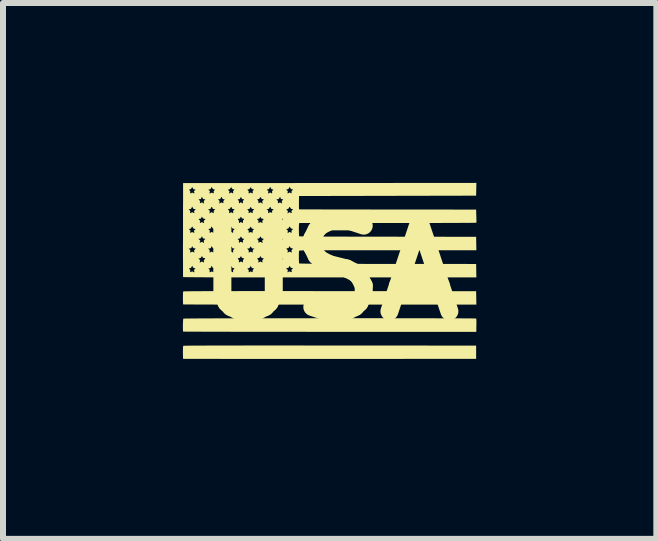
<source format=kicad_pcb>
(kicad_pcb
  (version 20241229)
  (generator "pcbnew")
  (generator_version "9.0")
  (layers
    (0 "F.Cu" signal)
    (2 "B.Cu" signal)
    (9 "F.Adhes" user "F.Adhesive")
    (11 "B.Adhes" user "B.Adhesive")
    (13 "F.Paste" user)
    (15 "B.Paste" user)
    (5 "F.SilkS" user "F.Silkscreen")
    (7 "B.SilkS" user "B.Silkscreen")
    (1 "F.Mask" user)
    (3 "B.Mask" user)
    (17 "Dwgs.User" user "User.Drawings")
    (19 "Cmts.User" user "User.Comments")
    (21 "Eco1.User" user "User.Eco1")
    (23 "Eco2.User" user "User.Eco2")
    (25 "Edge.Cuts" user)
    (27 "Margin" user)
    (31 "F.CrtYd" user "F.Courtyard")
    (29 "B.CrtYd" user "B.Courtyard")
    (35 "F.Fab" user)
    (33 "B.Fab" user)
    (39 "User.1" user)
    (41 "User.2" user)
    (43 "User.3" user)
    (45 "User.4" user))
  (footprint "USA"
    (layer "F.Cu")
    (at 2.444 1.463)
    (property "Reference" "USA" (at 0 0 0) (layer "F.SilkS") (effects (font (size 1.5 1.5) (thickness 0.3))))
    (attr board_only exclude_from_pos_files exclude_from_bom)
    (fp_poly (pts (xy -0.898 0.341) (xy -0.726 0.341) (xy -0.543 0.341) (xy -0.35 0.341) (xy -0.145 0.342) (xy 0.009 0.342) (xy 2.446 0.343) (xy 2.448 0.455) (xy 2.45 0.567) (xy 0.007 0.567) (xy -0.159 0.567) (xy -0.322 0.567) (xy -0.482 0.567) (xy -0.638 0.567) (xy -0.79 0.567) (xy -0.938 0.567) (xy -1.081 0.567) (xy -1.219 0.566) (xy -1.352 0.566) (xy -1.479 0.566) (xy -1.599 0.566) (xy -1.713 0.566) (xy -1.821 0.566) (xy -1.921 0.566) (xy -2.013 0.565) (xy -2.097 0.565) (xy -2.173 0.565) (xy -2.24 0.565) (xy -2.298 0.564) (xy -2.347 0.564) (xy -2.386 0.564) (xy -2.415 0.564) (xy -2.433 0.563) (xy -2.44 0.563) (xy -2.44 0.563) (xy -2.441 0.557) (xy -2.442 0.54) (xy -2.443 0.517) (xy -2.443 0.487) (xy -2.444 0.456) (xy -2.443 0.417) (xy -2.443 0.388) (xy -2.442 0.368) (xy -2.44 0.355) (xy -2.437 0.348) (xy -2.436 0.347) (xy -2.432 0.346) (xy -2.422 0.345) (xy -2.405 0.345) (xy -2.381 0.345) (xy -2.35 0.344) (xy -2.312 0.344) (xy -2.266 0.343) (xy -2.213 0.343) (xy -2.152 0.343) (xy -2.082 0.342) (xy -2.005 0.342) (xy -1.918 0.342) (xy -1.824 0.342) (xy -1.72 0.342) (xy -1.607 0.342) (xy -1.484 0.341) (xy -1.353 0.341) (xy -1.211 0.341) (xy -1.06 0.341)) (stroke (width 0) (type solid)) (fill yes) (layer "F.SilkS"))
    (fp_poly (pts (xy -0.898 1.248) (xy -0.726 1.248) (xy -0.543 1.248) (xy -0.35 1.249) (xy -0.145 1.249) (xy 0.009 1.249) (xy 2.446 1.25) (xy 2.446 1.361) (xy 2.446 1.471) (xy 0.005 1.473) (xy -0.161 1.473) (xy -0.324 1.473) (xy -0.483 1.473) (xy -0.639 1.473) (xy -0.791 1.473) (xy -0.939 1.473) (xy -1.082 1.473) (xy -1.22 1.473) (xy -1.353 1.473) (xy -1.48 1.473) (xy -1.6 1.473) (xy -1.714 1.473) (xy -1.821 1.472) (xy -1.921 1.472) (xy -2.014 1.472) (xy -2.098 1.472) (xy -2.174 1.472) (xy -2.241 1.472) (xy -2.299 1.472) (xy -2.347 1.471) (xy -2.386 1.471) (xy -2.415 1.471) (xy -2.433 1.471) (xy -2.44 1.47) (xy -2.44 1.47) (xy -2.441 1.464) (xy -2.442 1.448) (xy -2.443 1.424) (xy -2.443 1.394) (xy -2.444 1.363) (xy -2.443 1.324) (xy -2.443 1.295) (xy -2.442 1.275) (xy -2.44 1.262) (xy -2.437 1.255) (xy -2.436 1.254) (xy -2.432 1.253) (xy -2.422 1.253) (xy -2.405 1.252) (xy -2.381 1.252) (xy -2.35 1.251) (xy -2.312 1.251) (xy -2.266 1.25) (xy -2.213 1.25) (xy -2.152 1.25) (xy -2.082 1.25) (xy -2.005 1.249) (xy -1.918 1.249) (xy -1.824 1.249) (xy -1.72 1.249) (xy -1.607 1.249) (xy -1.484 1.249) (xy -1.353 1.248) (xy -1.211 1.248) (xy -1.06 1.248)) (stroke (width 0) (type solid)) (fill yes) (layer "F.SilkS"))
    (fp_poly (pts (xy 0.386 0.793) (xy 0.528 0.793) (xy 0.668 0.793) (xy 0.807 0.793) (xy 0.942 0.794) (xy 1.075 0.794) (xy 1.204 0.794) (xy 1.33 0.794) (xy 1.451 0.794) (xy 1.567 0.794) (xy 1.679 0.794) (xy 1.784 0.795) (xy 1.884 0.795) (xy 1.976 0.795) (xy 2.062 0.796) (xy 2.141 0.796) (xy 2.211 0.796) (xy 2.273 0.797) (xy 2.327 0.797) (xy 2.371 0.797) (xy 2.406 0.798) (xy 2.43 0.798) (xy 2.444 0.799) (xy 2.447 0.799) (xy 2.448 0.806) (xy 2.45 0.824) (xy 2.451 0.849) (xy 2.451 0.882) (xy 2.45 0.913) (xy 2.449 1.021) (xy 0.006 1.021) (xy -0.159 1.021) (xy -0.322 1.021) (xy -0.482 1.02) (xy -0.638 1.02) (xy -0.79 1.02) (xy -0.938 1.02) (xy -1.081 1.02) (xy -1.219 1.02) (xy -1.352 1.02) (xy -1.479 1.02) (xy -1.599 1.02) (xy -1.714 1.019) (xy -1.821 1.019) (xy -1.921 1.019) (xy -2.013 1.019) (xy -2.097 1.019) (xy -2.173 1.018) (xy -2.24 1.018) (xy -2.299 1.018) (xy -2.347 1.018) (xy -2.386 1.018) (xy -2.415 1.017) (xy -2.433 1.017) (xy -2.44 1.017) (xy -2.44 1.017) (xy -2.442 1.009) (xy -2.443 0.993) (xy -2.444 0.969) (xy -2.444 0.942) (xy -2.444 0.911) (xy -2.443 0.881) (xy -2.442 0.852) (xy -2.441 0.828) (xy -2.439 0.81) (xy -2.437 0.801) (xy -2.437 0.801) (xy -2.431 0.8) (xy -2.414 0.8) (xy -2.386 0.799) (xy -2.349 0.799) (xy -2.302 0.798) (xy -2.246 0.798) (xy -2.181 0.797) (xy -2.108 0.797) (xy -2.027 0.797) (xy -1.939 0.796) (xy -1.844 0.796) (xy -1.743 0.796) (xy -1.636 0.795) (xy -1.523 0.795) (xy -1.405 0.795) (xy -1.283 0.795) (xy -1.156 0.794) (xy -1.025 0.794) (xy -0.892 0.794) (xy -0.755 0.794) (xy -0.616 0.794) (xy -0.475 0.794) (xy -0.333 0.794) (xy -0.189 0.793) (xy -0.045 0.793) (xy 0.099 0.793) (xy 0.243 0.793)) (stroke (width 0) (type solid)) (fill yes) (layer "F.SilkS"))
    (fp_poly (pts (xy 2.448 -1.356) (xy 2.446 -1.25) (xy 0.97 -1.247) (xy -0.507 -1.244) (xy -0.509 -1.145) (xy -0.509 -1.112) (xy -0.509 -1.082) (xy -0.509 -1.057) (xy -0.508 -1.04) (xy -0.508 -1.033) (xy -0.504 -1.021) (xy 0.971 -1.019) (xy 2.446 -1.018) (xy 2.449 -0.911) (xy 2.45 -0.878) (xy 2.451 -0.848) (xy 2.451 -0.823) (xy 2.451 -0.807) (xy 2.45 -0.799) (xy 2.45 -0.799) (xy 2.444 -0.799) (xy 2.427 -0.798) (xy 2.399 -0.798) (xy 2.359 -0.797) (xy 2.309 -0.796) (xy 2.248 -0.796) (xy 2.175 -0.796) (xy 2.092 -0.795) (xy 1.999 -0.795) (xy 1.894 -0.795) (xy 1.779 -0.794) (xy 1.654 -0.794) (xy 1.518 -0.794) (xy 1.372 -0.794) (xy 1.216 -0.794) (xy 1.05 -0.794) (xy 0.972 -0.794) (xy -0.503 -0.794) (xy -0.507 -0.78) (xy -0.508 -0.769) (xy -0.509 -0.749) (xy -0.51 -0.724) (xy -0.51 -0.695) (xy -0.51 -0.665) (xy -0.509 -0.635) (xy -0.509 -0.609) (xy -0.507 -0.589) (xy -0.506 -0.576) (xy -0.505 -0.574) (xy -0.503 -0.573) (xy -0.495 -0.572) (xy -0.483 -0.572) (xy -0.465 -0.571) (xy -0.441 -0.571) (xy -0.412 -0.57) (xy -0.376 -0.57) (xy -0.333 -0.569) (xy -0.283 -0.569) (xy -0.226 -0.568) (xy -0.162 -0.568) (xy -0.089 -0.568) (xy -0.008 -0.567) (xy 0.082 -0.567) (xy 0.181 -0.567) (xy 0.289 -0.567) (xy 0.407 -0.566) (xy 0.535 -0.566) (xy 0.674 -0.566) (xy 0.823 -0.566) (xy 0.973 -0.566) (xy 2.446 -0.564) (xy 2.448 -0.452) (xy 2.45 -0.34) (xy 0.973 -0.34) (xy 0.819 -0.34) (xy 0.677 -0.34) (xy 0.544 -0.34) (xy 0.422 -0.34) (xy 0.31 -0.34) (xy 0.207 -0.34) (xy 0.113 -0.34) (xy 0.027 -0.34) (xy -0.05 -0.34) (xy -0.12 -0.339) (xy -0.182 -0.339) (xy -0.237 -0.339) (xy -0.286 -0.339) (xy -0.329 -0.338) (xy -0.366 -0.338) (xy -0.397 -0.338) (xy -0.424 -0.337) (xy -0.446 -0.337) (xy -0.464 -0.336) (xy -0.478 -0.335) (xy -0.489 -0.335) (xy -0.497 -0.334) (xy -0.502 -0.333) (xy -0.505 -0.332) (xy -0.507 -0.331) (xy -0.507 -0.331) (xy -0.508 -0.322) (xy -0.509 -0.304) (xy -0.51 -0.28) (xy -0.51 -0.251) (xy -0.51 -0.221) (xy -0.51 -0.191) (xy -0.509 -0.163) (xy -0.508 -0.141) (xy -0.507 -0.126) (xy -0.506 -0.12) (xy -0.503 -0.12) (xy -0.496 -0.119) (xy -0.485 -0.118) (xy -0.468 -0.118) (xy -0.447 -0.117) (xy -0.419 -0.117) (xy -0.386 -0.116) (xy -0.346 -0.116) (xy -0.3 -0.115) (xy -0.246 -0.115) (xy -0.185 -0.114) (xy -0.117 -0.114) (xy -0.04 -0.114) (xy 0.045 -0.114) (xy 0.139 -0.113) (xy 0.242 -0.113) (xy 0.355 -0.113) (xy 0.477 -0.113) (xy 0.61 -0.112) (xy 0.753 -0.112) (xy 0.907 -0.112) (xy 0.973 -0.112) (xy 2.446 -0.111) (xy 2.448 0.001) (xy 2.45 0.113) (xy 0.006 0.113) (xy -0.2 0.113) (xy -0.394 0.113) (xy -0.577 0.113) (xy -0.75 0.113) (xy -0.912 0.113) (xy -1.065 0.113) (xy -1.208 0.113) (xy -1.341 0.113) (xy -1.465 0.113) (xy -1.58 0.113) (xy -1.687 0.113) (xy -1.785 0.112) (xy -1.876 0.112) (xy -1.958 0.112) (xy -2.033 0.112) (xy -2.1 0.111) (xy -2.161 0.111) (xy -2.215 0.111) (xy -2.262 0.11) (xy -2.303 0.11) (xy -2.338 0.11) (xy -2.368 0.109) (xy -2.392 0.109) (xy -2.411 0.108) (xy -2.425 0.108) (xy -2.434 0.107) (xy -2.44 0.107) (xy -2.441 0.106) (xy -2.441 0.1) (xy -2.442 0.083) (xy -2.442 0.056) (xy -2.442 0.019) (xy -2.442 -0.026) (xy -2.442 -0.034) (xy -2.341 -0.034) (xy -2.335 -0.025) (xy -2.33 -0.021) (xy -2.322 -0.013) (xy -2.321 -0.003) (xy -2.322 0.009) (xy -2.324 0.022) (xy -2.322 0.028) (xy -2.321 0.027) (xy -2.313 0.023) (xy -2.3 0.017) (xy -2.288 0.013) (xy -2.28 0.015) (xy -2.275 0.019) (xy -2.261 0.028) (xy -2.253 0.027) (xy -2.252 0.018) (xy -2.257 0.004) (xy -2.26 -0.005) (xy -2.256 -0.013) (xy -2.249 -0.021) (xy -2.237 -0.032) (xy -2.237 -0.032) (xy -2.017 -0.032) (xy -2.009 -0.024) (xy -2.006 -0.022) (xy -1.999 -0.016) (xy -1.997 -0.007) (xy -1.998 0.006) (xy -1.999 0.022) (xy -1.994 0.028) (xy -1.984 0.025) (xy -1.977 0.02) (xy -1.967 0.015) (xy -1.958 0.016) (xy -1.95 0.02) (xy -1.936 0.027) (xy -1.929 0.026) (xy -1.929 0.017) (xy -1.93 0.006) (xy -1.932 -0.009) (xy -1.929 -0.018) (xy -1.922 -0.022) (xy -1.912 -0.03) (xy -1.912 -0.035) (xy -1.694 -0.035) (xy -1.687 -0.027) (xy -1.681 -0.021) (xy -1.671 -0.012) (xy -1.669 -0.002) (xy -1.673 0.013) (xy -1.675 0.018) (xy -1.676 0.027) (xy -1.669 0.028) (xy -1.656 0.021) (xy -1.653 0.019) (xy -1.641 0.013) (xy -1.633 0.014) (xy -1.625 0.019) (xy -1.612 0.027) (xy -1.606 0.026) (xy -1.606 0.017) (xy -1.607 0.009) (xy -1.608 -0.006) (xy -1.603 -0.016) (xy -1.596 -0.022) (xy -1.585 -0.031) (xy -1.584 -0.034) (xy -1.368 -0.034) (xy -1.367 -0.029) (xy -1.358 -0.022) (xy -1.348 -0.011) (xy -1.345 -0.000051) (xy -1.346 0.009) (xy -1.347 0.024) (xy -1.342 0.028) (xy -1.331 0.023) (xy -1.326 0.019) (xy -1.318 0.013) (xy -1.31 0.014) (xy -1.301 0.019) (xy -1.288 0.026) (xy -1.281 0.023) (xy -1.28 0.011) (xy -1.28 0.006) (xy -1.28 -0.01) (xy -1.272 -0.02) (xy -1.271 -0.021) (xy -1.26 -0.03) (xy -1.26 -0.032) (xy -1.042 -0.032) (xy -1.034 -0.023) (xy -1.031 -0.02) (xy -1.023 -0.012) (xy -1.021 -0.000482) (xy -1.022 0.008) (xy -1.023 0.022) (xy -1.02 0.028) (xy -1.018 0.028) (xy -1.008 0.025) (xy -1.006 0.023) (xy -0.997 0.018) (xy -0.984 0.018) (xy -0.969 0.024) (xy -0.967 0.026) (xy -0.958 0.032) (xy -0.954 0.032) (xy -0.954 0.023) (xy -0.956 0.011) (xy -0.958 -0.005) (xy -0.954 -0.014) (xy -0.948 -0.021) (xy -0.937 -0.03) (xy -0.938 -0.036) (xy -0.943 -0.038) (xy -0.719 -0.038) (xy -0.713 -0.028) (xy -0.705 -0.021) (xy -0.696 -0.011) (xy -0.694 -0.001) (xy -0.697 0.007) (xy -0.7 0.021) (xy -0.695 0.028) (xy -0.691 0.028) (xy -0.686 0.024) (xy -0.686 0.023) (xy -0.681 0.017) (xy -0.67 0.015) (xy -0.657 0.016) (xy -0.648 0.02) (xy -0.635 0.026) (xy -0.628 0.023) (xy -0.629 0.011) (xy -0.631 0.006) (xy -0.635 -0.007) (xy -0.632 -0.015) (xy -0.625 -0.02) (xy -0.614 -0.031) (xy -0.613 -0.04) (xy -0.623 -0.045) (xy -0.63 -0.045) (xy -0.643 -0.048) (xy -0.651 -0.057) (xy -0.654 -0.062) (xy -0.66 -0.076) (xy -0.666 -0.078) (xy -0.671 -0.069) (xy -0.672 -0.065) (xy -0.681 -0.049) (xy -0.696 -0.043) (xy -0.708 -0.043) (xy -0.718 -0.044) (xy -0.719 -0.038) (xy -0.943 -0.038) (xy -0.949 -0.04) (xy -0.954 -0.041) (xy -0.968 -0.044) (xy -0.975 -0.053) (xy -0.978 -0.061) (xy -0.983 -0.075) (xy -0.989 -0.078) (xy -0.995 -0.07) (xy -1 -0.06) (xy -1.008 -0.046) (xy -1.017 -0.04) (xy -1.026 -0.04) (xy -1.039 -0.038) (xy -1.042 -0.032) (xy -1.26 -0.032) (xy -1.261 -0.037) (xy -1.272 -0.04) (xy -1.275 -0.04) (xy -1.292 -0.044) (xy -1.302 -0.054) (xy -1.304 -0.064) (xy -1.307 -0.072) (xy -1.314 -0.073) (xy -1.321 -0.067) (xy -1.324 -0.059) (xy -1.333 -0.046) (xy -1.343 -0.042) (xy -1.36 -0.038) (xy -1.368 -0.034) (xy -1.584 -0.034) (xy -1.584 -0.037) (xy -1.592 -0.04) (xy -1.6 -0.041) (xy -1.617 -0.046) (xy -1.624 -0.054) (xy -1.633 -0.07) (xy -1.639 -0.076) (xy -1.644 -0.073) (xy -1.649 -0.062) (xy -1.658 -0.048) (xy -1.67 -0.042) (xy -1.677 -0.041) (xy -1.691 -0.039) (xy -1.694 -0.035) (xy -1.912 -0.035) (xy -1.912 -0.037) (xy -1.922 -0.04) (xy -1.923 -0.04) (xy -1.938 -0.042) (xy -1.948 -0.051) (xy -1.955 -0.064) (xy -1.962 -0.075) (xy -1.969 -0.075) (xy -1.973 -0.067) (xy -1.973 -0.063) (xy -1.978 -0.049) (xy -1.991 -0.041) (xy -2.003 -0.04) (xy -2.015 -0.037) (xy -2.017 -0.032) (xy -2.237 -0.032) (xy -2.235 -0.037) (xy -2.242 -0.04) (xy -2.247 -0.04) (xy -2.261 -0.042) (xy -2.272 -0.051) (xy -2.28 -0.064) (xy -2.289 -0.081) (xy -2.301 -0.06) (xy -2.311 -0.046) (xy -2.319 -0.041) (xy -2.328 -0.041) (xy -2.339 -0.04) (xy -2.341 -0.034) (xy -2.442 -0.034) (xy -2.442 -0.079) (xy -2.442 -0.14) (xy -2.443 -0.201) (xy -2.185 -0.201) (xy -2.169 -0.186) (xy -2.158 -0.175) (xy -2.156 -0.167) (xy -2.159 -0.156) (xy -2.159 -0.156) (xy -2.164 -0.144) (xy -2.166 -0.139) (xy -2.162 -0.136) (xy -2.151 -0.139) (xy -2.14 -0.145) (xy -2.129 -0.151) (xy -2.12 -0.15) (xy -2.112 -0.145) (xy -2.098 -0.137) (xy -2.091 -0.138) (xy -2.091 -0.146) (xy -2.093 -0.154) (xy -2.096 -0.166) (xy -2.093 -0.176) (xy -2.084 -0.185) (xy -2.074 -0.197) (xy -2.074 -0.205) (xy -1.856 -0.205) (xy -1.856 -0.201) (xy -1.85 -0.192) (xy -1.846 -0.188) (xy -1.836 -0.175) (xy -1.833 -0.163) (xy -1.834 -0.154) (xy -1.836 -0.141) (xy -1.833 -0.137) (xy -1.823 -0.14) (xy -1.814 -0.146) (xy -1.802 -0.152) (xy -1.795 -0.152) (xy -1.787 -0.146) (xy -1.777 -0.139) (xy -1.767 -0.136) (xy -1.763 -0.138) (xy -1.763 -0.139) (xy -1.765 -0.145) (xy -1.769 -0.157) (xy -1.772 -0.169) (xy -1.769 -0.177) (xy -1.76 -0.185) (xy -1.751 -0.195) (xy -1.749 -0.2) (xy -1.529 -0.2) (xy -1.524 -0.191) (xy -1.519 -0.187) (xy -1.511 -0.178) (xy -1.509 -0.167) (xy -1.51 -0.157) (xy -1.51 -0.141) (xy -1.506 -0.136) (xy -1.496 -0.141) (xy -1.49 -0.145) (xy -1.481 -0.151) (xy -1.472 -0.151) (xy -1.464 -0.147) (xy -1.452 -0.141) (xy -1.444 -0.137) (xy -1.442 -0.14) (xy -1.443 -0.151) (xy -1.443 -0.155) (xy -1.444 -0.17) (xy -1.439 -0.181) (xy -1.434 -0.186) (xy -1.426 -0.196) (xy -1.425 -0.201) (xy -1.204 -0.201) (xy -1.199 -0.191) (xy -1.194 -0.186) (xy -1.184 -0.175) (xy -1.182 -0.164) (xy -1.185 -0.154) (xy -1.187 -0.141) (xy -1.183 -0.136) (xy -1.173 -0.14) (xy -1.165 -0.145) (xy -1.154 -0.151) (xy -1.145 -0.15) (xy -1.137 -0.145) (xy -1.123 -0.137) (xy -1.116 -0.138) (xy -1.116 -0.146) (xy -1.118 -0.154) (xy -1.121 -0.166) (xy -1.118 -0.175) (xy -1.108 -0.186) (xy -1.108 -0.186) (xy -1.092 -0.201) (xy -1.109 -0.205) (xy -0.881 -0.205) (xy -0.881 -0.201) (xy -0.875 -0.192) (xy -0.871 -0.188) (xy -0.861 -0.175) (xy -0.858 -0.163) (xy -0.86 -0.154) (xy -0.861 -0.141) (xy -0.858 -0.137) (xy -0.848 -0.141) (xy -0.842 -0.145) (xy -0.832 -0.151) (xy -0.823 -0.15) (xy -0.811 -0.144) (xy -0.797 -0.137) (xy -0.791 -0.139) (xy -0.791 -0.149) (xy -0.794 -0.156) (xy -0.797 -0.168) (xy -0.794 -0.177) (xy -0.784 -0.185) (xy -0.774 -0.196) (xy -0.775 -0.204) (xy -0.787 -0.209) (xy -0.797 -0.211) (xy -0.811 -0.215) (xy -0.816 -0.224) (xy -0.82 -0.238) (xy -0.826 -0.241) (xy -0.833 -0.233) (xy -0.835 -0.228) (xy -0.844 -0.213) (xy -0.853 -0.209) (xy -0.865 -0.208) (xy -0.87 -0.207) (xy -0.881 -0.205) (xy -0.881 -0.205) (xy -1.109 -0.205) (xy -1.113 -0.206) (xy -1.13 -0.212) (xy -1.139 -0.223) (xy -1.141 -0.227) (xy -1.147 -0.239) (xy -1.154 -0.239) (xy -1.161 -0.227) (xy -1.162 -0.223) (xy -1.17 -0.213) (xy -1.184 -0.21) (xy -1.184 -0.21) (xy -1.2 -0.208) (xy -1.204 -0.201) (xy -1.425 -0.201) (xy -1.425 -0.202) (xy -1.425 -0.203) (xy -1.43 -0.206) (xy -1.439 -0.208) (xy -1.451 -0.209) (xy -1.461 -0.215) (xy -1.465 -0.224) (xy -1.47 -0.235) (xy -1.476 -0.238) (xy -1.483 -0.233) (xy -1.488 -0.224) (xy -1.493 -0.213) (xy -1.505 -0.21) (xy -1.508 -0.21) (xy -1.523 -0.207) (xy -1.529 -0.2) (xy -1.749 -0.2) (xy -1.748 -0.203) (xy -1.749 -0.204) (xy -1.756 -0.207) (xy -1.758 -0.207) (xy -1.77 -0.205) (xy -1.782 -0.213) (xy -1.791 -0.226) (xy -1.792 -0.227) (xy -1.799 -0.24) (xy -1.805 -0.243) (xy -1.808 -0.238) (xy -1.809 -0.233) (xy -1.814 -0.219) (xy -1.829 -0.21) (xy -1.855 -0.205) (xy -1.856 -0.205) (xy -2.074 -0.205) (xy -2.074 -0.206) (xy -2.085 -0.209) (xy -2.092 -0.21) (xy -2.106 -0.213) (xy -2.115 -0.223) (xy -2.118 -0.228) (xy -2.127 -0.246) (xy -2.135 -0.228) (xy -2.144 -0.215) (xy -2.159 -0.207) (xy -2.164 -0.206) (xy -2.185 -0.201) (xy -2.443 -0.201) (xy -2.443 -0.208) (xy -2.443 -0.281) (xy -2.443 -0.36) (xy -2.443 -0.367) (xy -2.349 -0.367) (xy -2.334 -0.354) (xy -2.323 -0.344) (xy -2.32 -0.334) (xy -2.322 -0.321) (xy -2.323 -0.306) (xy -2.32 -0.301) (xy -2.31 -0.305) (xy -2.302 -0.31) (xy -2.292 -0.316) (xy -2.284 -0.315) (xy -2.272 -0.309) (xy -2.258 -0.303) (xy -2.252 -0.305) (xy -2.253 -0.315) (xy -2.256 -0.321) (xy -2.259 -0.331) (xy -2.256 -0.339) (xy -2.246 -0.35) (xy -2.245 -0.351) (xy -2.229 -0.368) (xy -2.232 -0.368) (xy -2.027 -0.368) (xy -2.01 -0.355) (xy -2 -0.344) (xy -1.996 -0.333) (xy -1.997 -0.321) (xy -1.999 -0.306) (xy -1.995 -0.301) (xy -1.986 -0.305) (xy -1.979 -0.31) (xy -1.969 -0.316) (xy -1.96 -0.315) (xy -1.95 -0.31) (xy -1.936 -0.302) (xy -1.93 -0.302) (xy -1.929 -0.311) (xy -1.93 -0.321) (xy -1.932 -0.336) (xy -1.927 -0.346) (xy -1.918 -0.355) (xy -1.905 -0.366) (xy -1.698 -0.366) (xy -1.682 -0.351) (xy -1.672 -0.34) (xy -1.67 -0.33) (xy -1.672 -0.319) (xy -1.675 -0.305) (xy -1.671 -0.301) (xy -1.66 -0.305) (xy -1.653 -0.309) (xy -1.642 -0.315) (xy -1.633 -0.314) (xy -1.626 -0.309) (xy -1.613 -0.302) (xy -1.606 -0.303) (xy -1.606 -0.313) (xy -1.607 -0.319) (xy -1.608 -0.334) (xy -1.602 -0.346) (xy -1.596 -0.352) (xy -1.581 -0.366) (xy -1.6 -0.369) (xy -1.374 -0.369) (xy -1.358 -0.352) (xy -1.348 -0.339) (xy -1.345 -0.327) (xy -1.346 -0.318) (xy -1.348 -0.306) (xy -1.345 -0.301) (xy -1.336 -0.305) (xy -1.326 -0.31) (xy -1.315 -0.316) (xy -1.307 -0.316) (xy -1.3 -0.31) (xy -1.288 -0.302) (xy -1.281 -0.303) (xy -1.28 -0.315) (xy -1.28 -0.321) (xy -1.28 -0.337) (xy -1.274 -0.348) (xy -1.266 -0.355) (xy -1.25 -0.368) (xy -1.27 -0.368) (xy -1.271 -0.368) (xy -1.052 -0.368) (xy -1.033 -0.351) (xy -1.022 -0.34) (xy -1.018 -0.331) (xy -1.02 -0.32) (xy -1.021 -0.32) (xy -1.024 -0.305) (xy -1.021 -0.299) (xy -1.012 -0.301) (xy -1.007 -0.306) (xy -0.996 -0.314) (xy -0.988 -0.318) (xy -0.98 -0.314) (xy -0.975 -0.309) (xy -0.965 -0.301) (xy -0.957 -0.302) (xy -0.956 -0.313) (xy -0.956 -0.318) (xy -0.957 -0.332) (xy -0.951 -0.344) (xy -0.944 -0.352) (xy -0.931 -0.365) (xy -0.716 -0.365) (xy -0.708 -0.354) (xy -0.706 -0.352) (xy -0.697 -0.34) (xy -0.695 -0.327) (xy -0.696 -0.319) (xy -0.699 -0.299) (xy -0.682 -0.309) (xy -0.67 -0.315) (xy -0.66 -0.315) (xy -0.648 -0.31) (xy -0.633 -0.303) (xy -0.627 -0.302) (xy -0.628 -0.309) (xy -0.631 -0.32) (xy -0.634 -0.334) (xy -0.631 -0.343) (xy -0.621 -0.352) (xy -0.612 -0.362) (xy -0.613 -0.37) (xy -0.625 -0.374) (xy -0.634 -0.374) (xy -0.646 -0.378) (xy -0.654 -0.391) (xy -0.659 -0.403) (xy -0.664 -0.408) (xy -0.664 -0.408) (xy -0.668 -0.404) (xy -0.674 -0.392) (xy -0.675 -0.391) (xy -0.682 -0.378) (xy -0.691 -0.374) (xy -0.704 -0.374) (xy -0.714 -0.372) (xy -0.716 -0.365) (xy -0.931 -0.365) (xy -0.928 -0.369) (xy -0.949 -0.369) (xy -0.964 -0.37) (xy -0.972 -0.376) (xy -0.977 -0.386) (xy -0.983 -0.397) (xy -0.989 -0.403) (xy -0.989 -0.403) (xy -0.995 -0.398) (xy -1.001 -0.386) (xy -1.002 -0.386) (xy -1.008 -0.374) (xy -1.017 -0.369) (xy -1.03 -0.368) (xy -1.052 -0.368) (xy -1.271 -0.368) (xy -1.291 -0.372) (xy -1.302 -0.382) (xy -1.304 -0.392) (xy -1.307 -0.401) (xy -1.314 -0.402) (xy -1.322 -0.395) (xy -1.324 -0.39) (xy -1.331 -0.376) (xy -1.344 -0.37) (xy -1.358 -0.369) (xy -1.374 -0.369) (xy -1.6 -0.369) (xy -1.615 -0.374) (xy -1.624 -0.383) (xy -1.633 -0.398) (xy -1.639 -0.405) (xy -1.644 -0.402) (xy -1.649 -0.391) (xy -1.659 -0.376) (xy -1.671 -0.37) (xy -1.678 -0.369) (xy -1.698 -0.366) (xy -1.905 -0.366) (xy -1.902 -0.368) (xy -1.919 -0.368) (xy -1.936 -0.37) (xy -1.946 -0.378) (xy -1.955 -0.393) (xy -1.962 -0.403) (xy -1.969 -0.404) (xy -1.973 -0.395) (xy -1.973 -0.392) (xy -1.978 -0.378) (xy -1.992 -0.37) (xy -2.007 -0.368) (xy -2.027 -0.368) (xy -2.232 -0.368) (xy -2.25 -0.371) (xy -2.267 -0.377) (xy -2.278 -0.387) (xy -2.281 -0.393) (xy -2.29 -0.411) (xy -2.296 -0.393) (xy -2.303 -0.38) (xy -2.313 -0.373) (xy -2.326 -0.37) (xy -2.349 -0.367) (xy -2.443 -0.367) (xy -2.443 -0.444) (xy -2.442 -0.529) (xy -2.183 -0.529) (xy -2.179 -0.524) (xy -2.169 -0.515) (xy -2.167 -0.513) (xy -2.157 -0.504) (xy -2.155 -0.495) (xy -2.159 -0.485) (xy -2.164 -0.471) (xy -2.161 -0.466) (xy -2.15 -0.469) (xy -2.142 -0.473) (xy -2.13 -0.479) (xy -2.122 -0.48) (xy -2.112 -0.473) (xy -2.11 -0.472) (xy -2.099 -0.464) (xy -2.093 -0.46) (xy -2.093 -0.46) (xy -2.092 -0.464) (xy -2.093 -0.477) (xy -2.094 -0.482) (xy -2.096 -0.497) (xy -2.092 -0.507) (xy -2.084 -0.515) (xy -2.072 -0.525) (xy -2.071 -0.53) (xy -1.862 -0.53) (xy -1.846 -0.518) (xy -1.836 -0.508) (xy -1.833 -0.499) (xy -1.834 -0.484) (xy -1.834 -0.481) (xy -1.838 -0.458) (xy -1.821 -0.47) (xy -1.809 -0.478) (xy -1.8 -0.482) (xy -1.8 -0.482) (xy -1.793 -0.479) (xy -1.785 -0.473) (xy -1.774 -0.467) (xy -1.768 -0.47) (xy -1.768 -0.481) (xy -1.769 -0.485) (xy -1.771 -0.497) (xy -1.767 -0.507) (xy -1.76 -0.514) (xy -1.75 -0.525) (xy -1.75 -0.525) (xy -1.53 -0.525) (xy -1.522 -0.518) (xy -1.519 -0.516) (xy -1.511 -0.509) (xy -1.509 -0.499) (xy -1.51 -0.487) (xy -1.51 -0.471) (xy -1.506 -0.465) (xy -1.496 -0.469) (xy -1.49 -0.475) (xy -1.482 -0.481) (xy -1.474 -0.48) (xy -1.463 -0.475) (xy -1.449 -0.467) (xy -1.443 -0.467) (xy -1.442 -0.475) (xy -1.443 -0.485) (xy -1.445 -0.5) (xy -1.441 -0.509) (xy -1.435 -0.514) (xy -1.425 -0.523) (xy -1.425 -0.528) (xy -1.206 -0.528) (xy -1.199 -0.52) (xy -1.195 -0.516) (xy -1.186 -0.505) (xy -1.184 -0.488) (xy -1.184 -0.485) (xy -1.184 -0.471) (xy -1.181 -0.466) (xy -1.172 -0.47) (xy -1.165 -0.474) (xy -1.155 -0.479) (xy -1.147 -0.479) (xy -1.135 -0.473) (xy -1.133 -0.471) (xy -1.121 -0.464) (xy -1.114 -0.46) (xy -1.113 -0.459) (xy -1.114 -0.464) (xy -1.117 -0.476) (xy -1.118 -0.48) (xy -1.121 -0.495) (xy -1.119 -0.504) (xy -1.109 -0.514) (xy -1.109 -0.514) (xy -1.098 -0.525) (xy -1.096 -0.528) (xy -0.883 -0.528) (xy -0.877 -0.521) (xy -0.87 -0.515) (xy -0.86 -0.505) (xy -0.858 -0.493) (xy -0.859 -0.484) (xy -0.861 -0.47) (xy -0.857 -0.466) (xy -0.846 -0.47) (xy -0.84 -0.474) (xy -0.831 -0.479) (xy -0.823 -0.479) (xy -0.81 -0.472) (xy -0.809 -0.471) (xy -0.797 -0.465) (xy -0.79 -0.462) (xy -0.789 -0.462) (xy -0.789 -0.468) (xy -0.792 -0.481) (xy -0.793 -0.482) (xy -0.796 -0.495) (xy -0.793 -0.505) (xy -0.785 -0.514) (xy -0.774 -0.525) (xy -0.772 -0.531) (xy -0.779 -0.533) (xy -0.787 -0.533) (xy -0.805 -0.537) (xy -0.815 -0.548) (xy -0.816 -0.556) (xy -0.819 -0.567) (xy -0.825 -0.569) (xy -0.832 -0.561) (xy -0.836 -0.553) (xy -0.844 -0.54) (xy -0.852 -0.534) (xy -0.865 -0.533) (xy -0.879 -0.532) (xy -0.883 -0.528) (xy -1.096 -0.528) (xy -1.096 -0.53) (xy -1.104 -0.533) (xy -1.113 -0.534) (xy -1.127 -0.538) (xy -1.137 -0.548) (xy -1.14 -0.555) (xy -1.146 -0.566) (xy -1.151 -0.569) (xy -1.157 -0.562) (xy -1.165 -0.547) (xy -1.176 -0.537) (xy -1.189 -0.534) (xy -1.203 -0.532) (xy -1.206 -0.528) (xy -1.425 -0.528) (xy -1.425 -0.53) (xy -1.435 -0.533) (xy -1.436 -0.533) (xy -1.453 -0.536) (xy -1.463 -0.548) (xy -1.465 -0.554) (xy -1.472 -0.565) (xy -1.479 -0.565) (xy -1.487 -0.555) (xy -1.489 -0.55) (xy -1.496 -0.538) (xy -1.507 -0.533) (xy -1.513 -0.533) (xy -1.527 -0.531) (xy -1.53 -0.525) (xy -1.75 -0.525) (xy -1.748 -0.531) (xy -1.755 -0.533) (xy -1.763 -0.533) (xy -1.776 -0.535) (xy -1.785 -0.543) (xy -1.79 -0.553) (xy -1.797 -0.565) (xy -1.802 -0.572) (xy -1.803 -0.573) (xy -1.807 -0.568) (xy -1.811 -0.556) (xy -1.812 -0.554) (xy -1.817 -0.542) (xy -1.825 -0.536) (xy -1.84 -0.533) (xy -1.862 -0.53) (xy -2.071 -0.53) (xy -2.071 -0.531) (xy -2.08 -0.533) (xy -2.088 -0.533) (xy -2.101 -0.535) (xy -2.11 -0.542) (xy -2.117 -0.554) (xy -2.127 -0.574) (xy -2.136 -0.555) (xy -2.146 -0.541) (xy -2.158 -0.535) (xy -2.164 -0.534) (xy -2.177 -0.532) (xy -2.183 -0.53) (xy -2.183 -0.529) (xy -2.442 -0.529) (xy -2.442 -0.532) (xy -2.442 -0.623) (xy -2.442 -0.68) (xy -2.442 -0.69) (xy -2.343 -0.69) (xy -2.336 -0.682) (xy -2.332 -0.68) (xy -2.323 -0.673) (xy -2.32 -0.665) (xy -2.321 -0.651) (xy -2.323 -0.636) (xy -2.32 -0.63) (xy -2.31 -0.633) (xy -2.302 -0.638) (xy -2.29 -0.642) (xy -2.28 -0.64) (xy -2.272 -0.636) (xy -2.259 -0.63) (xy -2.252 -0.633) (xy -2.254 -0.644) (xy -2.256 -0.65) (xy -2.26 -0.662) (xy -2.257 -0.67) (xy -2.248 -0.678) (xy -2.237 -0.688) (xy -2.237 -0.689) (xy -2.017 -0.689) (xy -2.009 -0.681) (xy -2.006 -0.68) (xy -1.999 -0.674) (xy -1.996 -0.664) (xy -1.997 -0.651) (xy -1.998 -0.636) (xy -1.994 -0.63) (xy -1.984 -0.633) (xy -1.976 -0.639) (xy -1.965 -0.645) (xy -1.958 -0.644) (xy -1.951 -0.639) (xy -1.938 -0.63) (xy -1.931 -0.631) (xy -1.929 -0.642) (xy -1.93 -0.649) (xy -1.931 -0.663) (xy -1.926 -0.674) (xy -1.92 -0.679) (xy -1.91 -0.689) (xy -1.91 -0.691) (xy -1.691 -0.691) (xy -1.687 -0.685) (xy -1.681 -0.68) (xy -1.672 -0.67) (xy -1.669 -0.66) (xy -1.673 -0.646) (xy -1.675 -0.639) (xy -1.676 -0.631) (xy -1.669 -0.63) (xy -1.656 -0.637) (xy -1.653 -0.638) (xy -1.641 -0.644) (xy -1.633 -0.643) (xy -1.625 -0.638) (xy -1.612 -0.631) (xy -1.606 -0.632) (xy -1.605 -0.641) (xy -1.606 -0.649) (xy -1.607 -0.664) (xy -1.601 -0.675) (xy -1.596 -0.68) (xy -1.585 -0.689) (xy -1.584 -0.692) (xy -1.368 -0.692) (xy -1.367 -0.687) (xy -1.358 -0.679) (xy -1.348 -0.669) (xy -1.345 -0.658) (xy -1.346 -0.648) (xy -1.348 -0.635) (xy -1.345 -0.63) (xy -1.336 -0.634) (xy -1.329 -0.638) (xy -1.318 -0.644) (xy -1.31 -0.643) (xy -1.301 -0.638) (xy -1.288 -0.632) (xy -1.282 -0.634) (xy -1.28 -0.646) (xy -1.28 -0.655) (xy -1.28 -0.67) (xy -1.273 -0.679) (xy -1.27 -0.68) (xy -1.26 -0.688) (xy -1.26 -0.689) (xy -1.042 -0.689) (xy -1.032 -0.681) (xy -1.031 -0.68) (xy -1.023 -0.674) (xy -1.021 -0.664) (xy -1.022 -0.651) (xy -1.023 -0.636) (xy -1.019 -0.63) (xy -1.009 -0.633) (xy -1 -0.639) (xy -0.99 -0.645) (xy -0.982 -0.644) (xy -0.976 -0.639) (xy -0.963 -0.63) (xy -0.956 -0.631) (xy -0.955 -0.642) (xy -0.956 -0.65) (xy -0.957 -0.664) (xy -0.953 -0.674) (xy -0.948 -0.678) (xy -0.937 -0.688) (xy -0.937 -0.694) (xy -0.72 -0.694) (xy -0.716 -0.689) (xy -0.707 -0.68) (xy -0.705 -0.678) (xy -0.695 -0.668) (xy -0.693 -0.66) (xy -0.696 -0.65) (xy -0.699 -0.637) (xy -0.696 -0.63) (xy -0.693 -0.629) (xy -0.688 -0.632) (xy -0.677 -0.638) (xy -0.666 -0.644) (xy -0.657 -0.643) (xy -0.649 -0.638) (xy -0.637 -0.631) (xy -0.631 -0.632) (xy -0.631 -0.641) (xy -0.632 -0.648) (xy -0.633 -0.663) (xy -0.628 -0.673) (xy -0.621 -0.679) (xy -0.61 -0.689) (xy -0.608 -0.695) (xy -0.617 -0.697) (xy -0.625 -0.698) (xy -0.64 -0.703) (xy -0.649 -0.713) (xy -0.652 -0.719) (xy -0.658 -0.731) (xy -0.663 -0.737) (xy -0.663 -0.737) (xy -0.667 -0.732) (xy -0.674 -0.721) (xy -0.675 -0.719) (xy -0.684 -0.705) (xy -0.696 -0.699) (xy -0.702 -0.698) (xy -0.714 -0.696) (xy -0.72 -0.694) (xy -0.72 -0.694) (xy -0.937 -0.694) (xy -0.937 -0.695) (xy -0.948 -0.697) (xy -0.949 -0.697) (xy -0.966 -0.702) (xy -0.977 -0.714) (xy -0.981 -0.726) (xy -0.983 -0.736) (xy -0.989 -0.736) (xy -0.996 -0.727) (xy -0.998 -0.722) (xy -1.007 -0.706) (xy -1.02 -0.698) (xy -1.03 -0.697) (xy -1.041 -0.695) (xy -1.042 -0.689) (xy -1.26 -0.689) (xy -1.261 -0.694) (xy -1.272 -0.697) (xy -1.275 -0.697) (xy -1.292 -0.701) (xy -1.302 -0.712) (xy -1.304 -0.721) (xy -1.307 -0.73) (xy -1.314 -0.731) (xy -1.321 -0.724) (xy -1.324 -0.717) (xy -1.333 -0.704) (xy -1.343 -0.7) (xy -1.36 -0.695) (xy -1.368 -0.692) (xy -1.584 -0.692) (xy -1.584 -0.695) (xy -1.593 -0.698) (xy -1.6 -0.698) (xy -1.617 -0.704) (xy -1.624 -0.712) (xy -1.633 -0.727) (xy -1.639 -0.733) (xy -1.644 -0.73) (xy -1.649 -0.72) (xy -1.658 -0.706) (xy -1.668 -0.699) (xy -1.67 -0.699) (xy -1.686 -0.695) (xy -1.691 -0.691) (xy -1.91 -0.691) (xy -1.911 -0.695) (xy -1.923 -0.697) (xy -1.929 -0.697) (xy -1.94 -0.7) (xy -1.948 -0.708) (xy -1.953 -0.718) (xy -1.961 -0.73) (xy -1.968 -0.734) (xy -1.972 -0.728) (xy -1.973 -0.721) (xy -1.978 -0.707) (xy -1.991 -0.699) (xy -2.003 -0.697) (xy -2.015 -0.695) (xy -2.017 -0.689) (xy -2.237 -0.689) (xy -2.235 -0.695) (xy -2.244 -0.697) (xy -2.251 -0.697) (xy -2.263 -0.7) (xy -2.272 -0.708) (xy -2.278 -0.718) (xy -2.289 -0.738) (xy -2.301 -0.718) (xy -2.312 -0.703) (xy -2.324 -0.698) (xy -2.327 -0.697) (xy -2.34 -0.695) (xy -2.343 -0.69) (xy -2.442 -0.69) (xy -2.442 -0.857) (xy -2.18 -0.857) (xy -2.173 -0.847) (xy -2.168 -0.843) (xy -2.158 -0.832) (xy -2.156 -0.823) (xy -2.159 -0.811) (xy -2.162 -0.798) (xy -2.159 -0.794) (xy -2.148 -0.798) (xy -2.14 -0.803) (xy -2.129 -0.809) (xy -2.121 -0.808) (xy -2.11 -0.801) (xy -2.097 -0.793) (xy -2.091 -0.794) (xy -2.091 -0.803) (xy -2.093 -0.812) (xy -2.097 -0.824) (xy -2.094 -0.833) (xy -2.083 -0.843) (xy -2.083 -0.843) (xy -2.073 -0.852) (xy -2.071 -0.858) (xy -2.071 -0.858) (xy -1.855 -0.858) (xy -1.848 -0.848) (xy -1.845 -0.845) (xy -1.835 -0.833) (xy -1.832 -0.824) (xy -1.835 -0.812) (xy -1.835 -0.811) (xy -1.838 -0.798) (xy -1.835 -0.794) (xy -1.824 -0.798) (xy -1.814 -0.803) (xy -1.802 -0.809) (xy -1.795 -0.809) (xy -1.787 -0.803) (xy -1.776 -0.796) (xy -1.767 -0.794) (xy -1.764 -0.798) (xy -1.765 -0.801) (xy -1.771 -0.819) (xy -1.772 -0.83) (xy -1.768 -0.837) (xy -1.761 -0.842) (xy -1.75 -0.852) (xy -1.747 -0.859) (xy -1.528 -0.859) (xy -1.524 -0.849) (xy -1.519 -0.845) (xy -1.511 -0.836) (xy -1.509 -0.824) (xy -1.51 -0.814) (xy -1.51 -0.799) (xy -1.506 -0.794) (xy -1.496 -0.799) (xy -1.49 -0.803) (xy -1.482 -0.809) (xy -1.474 -0.809) (xy -1.463 -0.803) (xy -1.449 -0.796) (xy -1.442 -0.796) (xy -1.442 -0.803) (xy -1.443 -0.813) (xy -1.444 -0.829) (xy -1.439 -0.839) (xy -1.435 -0.843) (xy -1.425 -0.855) (xy -1.425 -0.861) (xy -1.204 -0.861) (xy -1.204 -0.853) (xy -1.195 -0.843) (xy -1.184 -0.833) (xy -1.182 -0.824) (xy -1.184 -0.812) (xy -1.187 -0.799) (xy -1.183 -0.794) (xy -1.173 -0.798) (xy -1.165 -0.803) (xy -1.154 -0.809) (xy -1.145 -0.808) (xy -1.137 -0.803) (xy -1.123 -0.795) (xy -1.116 -0.795) (xy -1.116 -0.804) (xy -1.118 -0.811) (xy -1.121 -0.824) (xy -1.118 -0.833) (xy -1.109 -0.843) (xy -1.099 -0.854) (xy -1.098 -0.86) (xy -1.098 -0.86) (xy -0.881 -0.86) (xy -0.875 -0.851) (xy -0.87 -0.845) (xy -0.86 -0.835) (xy -0.858 -0.823) (xy -0.859 -0.813) (xy -0.861 -0.8) (xy -0.858 -0.795) (xy -0.849 -0.798) (xy -0.839 -0.803) (xy -0.827 -0.809) (xy -0.82 -0.809) (xy -0.812 -0.803) (xy -0.802 -0.796) (xy -0.792 -0.793) (xy -0.788 -0.796) (xy -0.788 -0.796) (xy -0.79 -0.803) (xy -0.794 -0.815) (xy -0.797 -0.826) (xy -0.794 -0.835) (xy -0.784 -0.843) (xy -0.774 -0.852) (xy -0.773 -0.858) (xy -0.777 -0.862) (xy -0.789 -0.866) (xy -0.794 -0.866) (xy -0.808 -0.869) (xy -0.816 -0.879) (xy -0.816 -0.884) (xy -0.819 -0.896) (xy -0.825 -0.898) (xy -0.832 -0.89) (xy -0.835 -0.885) (xy -0.842 -0.872) (xy -0.852 -0.868) (xy -0.86 -0.867) (xy -0.876 -0.866) (xy -0.881 -0.86) (xy -1.098 -0.86) (xy -1.101 -0.862) (xy -1.113 -0.865) (xy -1.117 -0.865) (xy -1.13 -0.865) (xy -1.139 -0.876) (xy -1.14 -0.881) (xy -1.146 -0.892) (xy -1.154 -0.893) (xy -1.161 -0.884) (xy -1.162 -0.882) (xy -1.17 -0.871) (xy -1.178 -0.867) (xy -1.19 -0.865) (xy -1.194 -0.865) (xy -1.204 -0.861) (xy -1.425 -0.861) (xy -1.425 -0.863) (xy -1.436 -0.867) (xy -1.442 -0.867) (xy -1.456 -0.869) (xy -1.463 -0.876) (xy -1.465 -0.882) (xy -1.47 -0.892) (xy -1.478 -0.896) (xy -1.484 -0.893) (xy -1.485 -0.888) (xy -1.49 -0.875) (xy -1.501 -0.867) (xy -1.513 -0.866) (xy -1.524 -0.865) (xy -1.528 -0.859) (xy -1.747 -0.859) (xy -1.746 -0.861) (xy -1.75 -0.866) (xy -1.76 -0.865) (xy -1.776 -0.866) (xy -1.789 -0.878) (xy -1.794 -0.89) (xy -1.8 -0.9) (xy -1.806 -0.9) (xy -1.809 -0.891) (xy -1.809 -0.89) (xy -1.813 -0.88) (xy -1.823 -0.869) (xy -1.835 -0.863) (xy -1.841 -0.862) (xy -1.853 -0.863) (xy -1.855 -0.858) (xy -2.071 -0.858) (xy -2.075 -0.862) (xy -2.088 -0.866) (xy -2.096 -0.867) (xy -2.109 -0.873) (xy -2.118 -0.885) (xy -2.127 -0.903) (xy -2.135 -0.885) (xy -2.141 -0.873) (xy -2.147 -0.867) (xy -2.147 -0.867) (xy -2.156 -0.866) (xy -2.165 -0.865) (xy -2.177 -0.862) (xy -2.18 -0.857) (xy -2.442 -0.857) (xy -2.442 -1.026) (xy -2.349 -1.026) (xy -2.334 -1.01) (xy -2.324 -0.997) (xy -2.321 -0.985) (xy -2.322 -0.976) (xy -2.324 -0.963) (xy -2.319 -0.959) (xy -2.308 -0.964) (xy -2.302 -0.967) (xy -2.292 -0.973) (xy -2.284 -0.973) (xy -2.272 -0.967) (xy -2.258 -0.96) (xy -2.252 -0.962) (xy -2.253 -0.973) (xy -2.256 -0.978) (xy -2.259 -0.988) (xy -2.256 -0.996) (xy -2.247 -1.007) (xy -2.244 -1.01) (xy -2.226 -1.026) (xy -2.027 -1.026) (xy -2.01 -1.012) (xy -2 -1.003) (xy -1.996 -0.993) (xy -1.997 -0.978) (xy -1.998 -0.975) (xy -2.002 -0.952) (xy -1.984 -0.964) (xy -1.972 -0.972) (xy -1.963 -0.974) (xy -1.953 -0.969) (xy -1.95 -0.968) (xy -1.936 -0.96) (xy -1.929 -0.96) (xy -1.928 -0.968) (xy -1.93 -0.976) (xy -1.931 -0.991) (xy -1.925 -1.003) (xy -1.918 -1.01) (xy -1.904 -1.025) (xy -1.697 -1.025) (xy -1.682 -1.01) (xy -1.672 -0.998) (xy -1.67 -0.987) (xy -1.672 -0.976) (xy -1.674 -0.963) (xy -1.67 -0.958) (xy -1.658 -0.962) (xy -1.651 -0.967) (xy -1.641 -0.973) (xy -1.632 -0.971) (xy -1.626 -0.967) (xy -1.613 -0.959) (xy -1.606 -0.961) (xy -1.605 -0.971) (xy -1.606 -0.977) (xy -1.606 -0.992) (xy -1.599 -1.006) (xy -1.594 -1.011) (xy -1.58 -1.026) (xy -1.374 -1.026) (xy -1.359 -1.01) (xy -1.349 -0.997) (xy -1.346 -0.985) (xy -1.347 -0.976) (xy -1.349 -0.963) (xy -1.346 -0.959) (xy -1.336 -0.962) (xy -1.326 -0.968) (xy -1.315 -0.974) (xy -1.307 -0.974) (xy -1.3 -0.968) (xy -1.288 -0.959) (xy -1.281 -0.961) (xy -1.28 -0.973) (xy -1.28 -0.979) (xy -1.28 -0.994) (xy -1.274 -1.005) (xy -1.266 -1.012) (xy -1.25 -1.026) (xy -1.052 -1.026) (xy -1.035 -1.012) (xy -1.024 -1.002) (xy -1.021 -0.991) (xy -1.022 -0.979) (xy -1.024 -0.964) (xy -1.02 -0.959) (xy -1.011 -0.963) (xy -1.004 -0.967) (xy -0.994 -0.973) (xy -0.985 -0.973) (xy -0.975 -0.967) (xy -0.962 -0.96) (xy -0.956 -0.96) (xy -0.955 -0.969) (xy -0.956 -0.978) (xy -0.957 -0.993) (xy -0.952 -1.003) (xy -0.943 -1.011) (xy -0.933 -1.019) (xy -0.719 -1.019) (xy -0.711 -1.011) (xy -0.706 -1.007) (xy -0.698 -1) (xy -0.695 -0.991) (xy -0.696 -0.975) (xy -0.696 -0.974) (xy -0.699 -0.95) (xy -0.684 -0.964) (xy -0.673 -0.972) (xy -0.665 -0.974) (xy -0.655 -0.969) (xy -0.652 -0.968) (xy -0.637 -0.96) (xy -0.629 -0.959) (xy -0.628 -0.967) (xy -0.631 -0.975) (xy -0.634 -0.987) (xy -0.632 -0.996) (xy -0.622 -1.008) (xy -0.621 -1.009) (xy -0.605 -1.025) (xy -0.624 -1.027) (xy -0.639 -1.031) (xy -0.649 -1.042) (xy -0.652 -1.047) (xy -0.658 -1.059) (xy -0.663 -1.066) (xy -0.664 -1.066) (xy -0.668 -1.061) (xy -0.674 -1.05) (xy -0.675 -1.047) (xy -0.684 -1.034) (xy -0.696 -1.028) (xy -0.702 -1.027) (xy -0.716 -1.024) (xy -0.719 -1.019) (xy -0.933 -1.019) (xy -0.927 -1.023) (xy -0.95 -1.026) (xy -0.965 -1.029) (xy -0.973 -1.036) (xy -0.978 -1.047) (xy -0.984 -1.062) (xy -0.989 -1.065) (xy -0.996 -1.057) (xy -0.998 -1.05) (xy -1.007 -1.035) (xy -1.019 -1.028) (xy -1.035 -1.026) (xy -1.052 -1.026) (xy -1.25 -1.026) (xy -1.266 -1.026) (xy -1.286 -1.029) (xy -1.3 -1.038) (xy -1.304 -1.049) (xy -1.307 -1.058) (xy -1.314 -1.059) (xy -1.322 -1.053) (xy -1.324 -1.047) (xy -1.331 -1.034) (xy -1.344 -1.027) (xy -1.358 -1.026) (xy -1.374 -1.026) (xy -1.58 -1.026) (xy -1.594 -1.026) (xy -1.615 -1.029) (xy -1.626 -1.036) (xy -1.627 -1.043) (xy -1.631 -1.055) (xy -1.634 -1.059) (xy -1.64 -1.062) (xy -1.646 -1.056) (xy -1.65 -1.048) (xy -1.659 -1.034) (xy -1.671 -1.028) (xy -1.677 -1.027) (xy -1.697 -1.025) (xy -1.904 -1.025) (xy -1.903 -1.026) (xy -1.918 -1.026) (xy -1.937 -1.028) (xy -1.948 -1.034) (xy -1.95 -1.04) (xy -1.953 -1.05) (xy -1.958 -1.058) (xy -1.964 -1.064) (xy -1.968 -1.062) (xy -1.973 -1.052) (xy -1.975 -1.047) (xy -1.982 -1.034) (xy -1.99 -1.027) (xy -2.004 -1.026) (xy -2.005 -1.026) (xy -2.027 -1.026) (xy -2.226 -1.026) (xy -2.226 -1.026) (xy -2.247 -1.026) (xy -2.261 -1.028) (xy -2.27 -1.033) (xy -2.278 -1.047) (xy -2.279 -1.047) (xy -2.289 -1.069) (xy -2.297 -1.052) (xy -2.306 -1.036) (xy -2.316 -1.028) (xy -2.331 -1.026) (xy -2.333 -1.026) (xy -2.349 -1.026) (xy -2.442 -1.026) (xy -2.441 -1.186) (xy -2.182 -1.186) (xy -2.176 -1.179) (xy -2.167 -1.171) (xy -2.157 -1.161) (xy -2.155 -1.153) (xy -2.159 -1.143) (xy -2.162 -1.13) (xy -2.158 -1.125) (xy -2.146 -1.128) (xy -2.14 -1.132) (xy -2.129 -1.138) (xy -2.121 -1.137) (xy -2.111 -1.13) (xy -2.11 -1.129) (xy -2.099 -1.121) (xy -2.093 -1.117) (xy -2.093 -1.117) (xy -2.092 -1.122) (xy -2.093 -1.134) (xy -2.094 -1.139) (xy -2.096 -1.155) (xy -2.092 -1.165) (xy -2.084 -1.173) (xy -2.072 -1.183) (xy -2.071 -1.188) (xy -2.08 -1.19) (xy -1.862 -1.19) (xy -1.846 -1.176) (xy -1.836 -1.166) (xy -1.833 -1.155) (xy -1.834 -1.14) (xy -1.834 -1.139) (xy -1.838 -1.115) (xy -1.82 -1.128) (xy -1.808 -1.136) (xy -1.8 -1.137) (xy -1.791 -1.133) (xy -1.788 -1.131) (xy -1.775 -1.125) (xy -1.768 -1.128) (xy -1.768 -1.138) (xy -1.769 -1.143) (xy -1.771 -1.154) (xy -1.767 -1.165) (xy -1.76 -1.171) (xy -1.75 -1.183) (xy -1.75 -1.183) (xy -1.53 -1.183) (xy -1.522 -1.174) (xy -1.519 -1.171) (xy -1.511 -1.163) (xy -1.509 -1.151) (xy -1.51 -1.143) (xy -1.51 -1.128) (xy -1.505 -1.122) (xy -1.496 -1.126) (xy -1.491 -1.131) (xy -1.482 -1.138) (xy -1.477 -1.14) (xy -1.468 -1.136) (xy -1.463 -1.131) (xy -1.452 -1.122) (xy -1.445 -1.124) (xy -1.442 -1.135) (xy -1.443 -1.143) (xy -1.445 -1.158) (xy -1.441 -1.167) (xy -1.435 -1.171) (xy -1.425 -1.181) (xy -1.425 -1.185) (xy -1.206 -1.185) (xy -1.199 -1.177) (xy -1.195 -1.174) (xy -1.186 -1.162) (xy -1.184 -1.146) (xy -1.184 -1.143) (xy -1.184 -1.128) (xy -1.181 -1.124) (xy -1.172 -1.127) (xy -1.165 -1.131) (xy -1.156 -1.137) (xy -1.147 -1.136) (xy -1.135 -1.13) (xy -1.133 -1.129) (xy -1.121 -1.121) (xy -1.114 -1.117) (xy -1.113 -1.117) (xy -1.114 -1.122) (xy -1.117 -1.134) (xy -1.118 -1.138) (xy -1.121 -1.153) (xy -1.119 -1.162) (xy -1.109 -1.171) (xy -1.109 -1.172) (xy -1.098 -1.182) (xy -1.096 -1.186) (xy -0.883 -1.186) (xy -0.877 -1.178) (xy -0.87 -1.172) (xy -0.86 -1.163) (xy -0.858 -1.151) (xy -0.859 -1.142) (xy -0.861 -1.128) (xy -0.858 -1.123) (xy -0.849 -1.126) (xy -0.84 -1.131) (xy -0.828 -1.136) (xy -0.818 -1.134) (xy -0.808 -1.128) (xy -0.795 -1.121) (xy -0.789 -1.121) (xy -0.79 -1.131) (xy -0.793 -1.14) (xy -0.796 -1.153) (xy -0.793 -1.163) (xy -0.785 -1.171) (xy -0.774 -1.183) (xy -0.772 -1.189) (xy -0.779 -1.19) (xy -0.787 -1.191) (xy -0.805 -1.194) (xy -0.815 -1.205) (xy -0.816 -1.214) (xy -0.819 -1.225) (xy -0.825 -1.227) (xy -0.832 -1.219) (xy -0.836 -1.211) (xy -0.844 -1.197) (xy -0.852 -1.192) (xy -0.865 -1.191) (xy -0.879 -1.19) (xy -0.883 -1.186) (xy -1.096 -1.186) (xy -1.096 -1.188) (xy -1.104 -1.191) (xy -1.113 -1.192) (xy -1.127 -1.196) (xy -1.137 -1.206) (xy -1.14 -1.213) (xy -1.146 -1.224) (xy -1.151 -1.227) (xy -1.157 -1.22) (xy -1.165 -1.205) (xy -1.176 -1.195) (xy -1.189 -1.192) (xy -1.203 -1.189) (xy -1.206 -1.185) (xy -1.425 -1.185) (xy -1.425 -1.188) (xy -1.436 -1.191) (xy -1.44 -1.191) (xy -1.454 -1.193) (xy -1.461 -1.202) (xy -1.464 -1.208) (xy -1.47 -1.219) (xy -1.476 -1.225) (xy -1.476 -1.225) (xy -1.483 -1.22) (xy -1.489 -1.208) (xy -1.489 -1.208) (xy -1.496 -1.195) (xy -1.507 -1.191) (xy -1.513 -1.191) (xy -1.527 -1.189) (xy -1.53 -1.183) (xy -1.75 -1.183) (xy -1.748 -1.188) (xy -1.755 -1.19) (xy -1.763 -1.191) (xy -1.776 -1.193) (xy -1.785 -1.201) (xy -1.79 -1.21) (xy -1.798 -1.225) (xy -1.805 -1.23) (xy -1.808 -1.225) (xy -1.809 -1.22) (xy -1.814 -1.204) (xy -1.828 -1.193) (xy -1.843 -1.19) (xy -1.862 -1.19) (xy -2.08 -1.19) (xy -2.08 -1.19) (xy -2.088 -1.191) (xy -2.101 -1.192) (xy -2.11 -1.199) (xy -2.117 -1.212) (xy -2.127 -1.233) (xy -2.136 -1.212) (xy -2.143 -1.198) (xy -2.151 -1.192) (xy -2.164 -1.191) (xy -2.178 -1.19) (xy -2.182 -1.186) (xy -2.441 -1.186) (xy -2.441 -1.346) (xy -2.34 -1.346) (xy -2.33 -1.335) (xy -2.33 -1.335) (xy -2.322 -1.324) (xy -2.322 -1.31) (xy -2.322 -1.306) (xy -2.323 -1.292) (xy -2.317 -1.287) (xy -2.305 -1.292) (xy -2.3 -1.296) (xy -2.291 -1.3) (xy -2.282 -1.299) (xy -2.273 -1.294) (xy -2.259 -1.288) (xy -2.252 -1.291) (xy -2.253 -1.302) (xy -2.256 -1.308) (xy -2.26 -1.32) (xy -2.257 -1.328) (xy -2.248 -1.335) (xy -2.237 -1.346) (xy -2.236 -1.348) (xy -2.017 -1.348) (xy -2.009 -1.339) (xy -2.005 -1.336) (xy -1.995 -1.328) (xy -1.994 -1.319) (xy -1.996 -1.308) (xy -2 -1.296) (xy -2.001 -1.289) (xy -2.001 -1.288) (xy -1.997 -1.287) (xy -1.988 -1.289) (xy -1.977 -1.295) (xy -1.977 -1.295) (xy -1.967 -1.3) (xy -1.958 -1.299) (xy -1.95 -1.295) (xy -1.936 -1.289) (xy -1.929 -1.289) (xy -1.929 -1.297) (xy -1.93 -1.306) (xy -1.931 -1.322) (xy -1.925 -1.333) (xy -1.922 -1.335) (xy -1.912 -1.346) (xy -1.912 -1.349) (xy -1.691 -1.349) (xy -1.687 -1.342) (xy -1.681 -1.336) (xy -1.67 -1.326) (xy -1.668 -1.317) (xy -1.671 -1.305) (xy -1.674 -1.292) (xy -1.671 -1.287) (xy -1.66 -1.291) (xy -1.653 -1.296) (xy -1.641 -1.302) (xy -1.633 -1.301) (xy -1.625 -1.296) (xy -1.612 -1.289) (xy -1.606 -1.289) (xy -1.606 -1.299) (xy -1.607 -1.306) (xy -1.608 -1.321) (xy -1.603 -1.331) (xy -1.595 -1.337) (xy -1.587 -1.346) (xy -1.587 -1.35) (xy -1.368 -1.35) (xy -1.367 -1.345) (xy -1.358 -1.337) (xy -1.348 -1.327) (xy -1.346 -1.316) (xy -1.347 -1.306) (xy -1.348 -1.292) (xy -1.342 -1.287) (xy -1.331 -1.292) (xy -1.326 -1.296) (xy -1.318 -1.302) (xy -1.31 -1.301) (xy -1.302 -1.296) (xy -1.287 -1.289) (xy -1.28 -1.289) (xy -1.279 -1.3) (xy -1.28 -1.309) (xy -1.281 -1.325) (xy -1.277 -1.333) (xy -1.271 -1.338) (xy -1.261 -1.346) (xy -1.26 -1.347) (xy -1.042 -1.347) (xy -1.032 -1.337) (xy -1.029 -1.336) (xy -1.02 -1.328) (xy -1.018 -1.319) (xy -1.021 -1.308) (xy -1.024 -1.296) (xy -1.026 -1.289) (xy -1.026 -1.288) (xy -1.022 -1.287) (xy -1.012 -1.29) (xy -1 -1.296) (xy -0.99 -1.302) (xy -0.982 -1.301) (xy -0.976 -1.296) (xy -0.964 -1.288) (xy -0.957 -1.289) (xy -0.956 -1.301) (xy -0.956 -1.307) (xy -0.957 -1.322) (xy -0.953 -1.332) (xy -0.948 -1.336) (xy -0.937 -1.346) (xy -0.937 -1.349) (xy -0.719 -1.349) (xy -0.712 -1.341) (xy -0.705 -1.335) (xy -0.696 -1.326) (xy -0.694 -1.317) (xy -0.697 -1.309) (xy -0.7 -1.294) (xy -0.697 -1.288) (xy -0.686 -1.291) (xy -0.677 -1.296) (xy -0.666 -1.302) (xy -0.657 -1.301) (xy -0.649 -1.296) (xy -0.636 -1.289) (xy -0.631 -1.289) (xy -0.63 -1.299) (xy -0.632 -1.306) (xy -0.633 -1.321) (xy -0.627 -1.331) (xy -0.621 -1.337) (xy -0.61 -1.347) (xy -0.608 -1.352) (xy -0.617 -1.355) (xy -0.625 -1.356) (xy -0.64 -1.36) (xy -0.649 -1.371) (xy -0.652 -1.376) (xy -0.658 -1.388) (xy -0.663 -1.394) (xy -0.664 -1.395) (xy -0.668 -1.39) (xy -0.674 -1.379) (xy -0.675 -1.376) (xy -0.684 -1.363) (xy -0.696 -1.357) (xy -0.702 -1.356) (xy -0.715 -1.354) (xy -0.719 -1.349) (xy -0.937 -1.349) (xy -0.937 -1.352) (xy -0.948 -1.355) (xy -0.949 -1.355) (xy -0.966 -1.36) (xy -0.977 -1.371) (xy -0.981 -1.384) (xy -0.983 -1.393) (xy -0.989 -1.393) (xy -0.996 -1.385) (xy -0.998 -1.379) (xy -1.007 -1.363) (xy -1.02 -1.356) (xy -1.03 -1.355) (xy -1.041 -1.353) (xy -1.042 -1.347) (xy -1.26 -1.347) (xy -1.26 -1.352) (xy -1.269 -1.355) (xy -1.27 -1.355) (xy -1.288 -1.359) (xy -1.3 -1.367) (xy -1.304 -1.378) (xy -1.307 -1.387) (xy -1.314 -1.388) (xy -1.321 -1.382) (xy -1.324 -1.375) (xy -1.333 -1.362) (xy -1.343 -1.357) (xy -1.36 -1.353) (xy -1.368 -1.35) (xy -1.587 -1.35) (xy -1.587 -1.351) (xy -1.597 -1.354) (xy -1.607 -1.356) (xy -1.619 -1.362) (xy -1.624 -1.369) (xy -1.633 -1.385) (xy -1.639 -1.391) (xy -1.644 -1.388) (xy -1.649 -1.377) (xy -1.658 -1.364) (xy -1.668 -1.357) (xy -1.67 -1.356) (xy -1.685 -1.353) (xy -1.691 -1.349) (xy -1.912 -1.349) (xy -1.913 -1.353) (xy -1.922 -1.355) (xy -1.938 -1.357) (xy -1.948 -1.364) (xy -1.95 -1.369) (xy -1.953 -1.378) (xy -1.958 -1.386) (xy -1.964 -1.392) (xy -1.968 -1.391) (xy -1.973 -1.381) (xy -1.975 -1.376) (xy -1.982 -1.362) (xy -1.991 -1.356) (xy -2.001 -1.355) (xy -2.015 -1.353) (xy -2.017 -1.348) (xy -2.236 -1.348) (xy -2.235 -1.352) (xy -2.244 -1.355) (xy -2.251 -1.355) (xy -2.263 -1.357) (xy -2.272 -1.365) (xy -2.279 -1.376) (xy -2.286 -1.389) (xy -2.29 -1.393) (xy -2.293 -1.388) (xy -2.294 -1.386) (xy -2.305 -1.367) (xy -2.319 -1.357) (xy -2.328 -1.355) (xy -2.339 -1.353) (xy -2.34 -1.346) (xy -2.441 -1.346) (xy -2.441 -1.46) (xy 0.004 -1.461) (xy 2.45 -1.463)) (stroke (width 0) (type solid)) (fill yes) (layer "F.SilkS")))
  (gr_rect
    (start -3 -3)
    (end 7.895 5.936)
    (stroke (width 0.1) (type default))
    (fill no)
    (layer "Edge.Cuts")))
</source>
